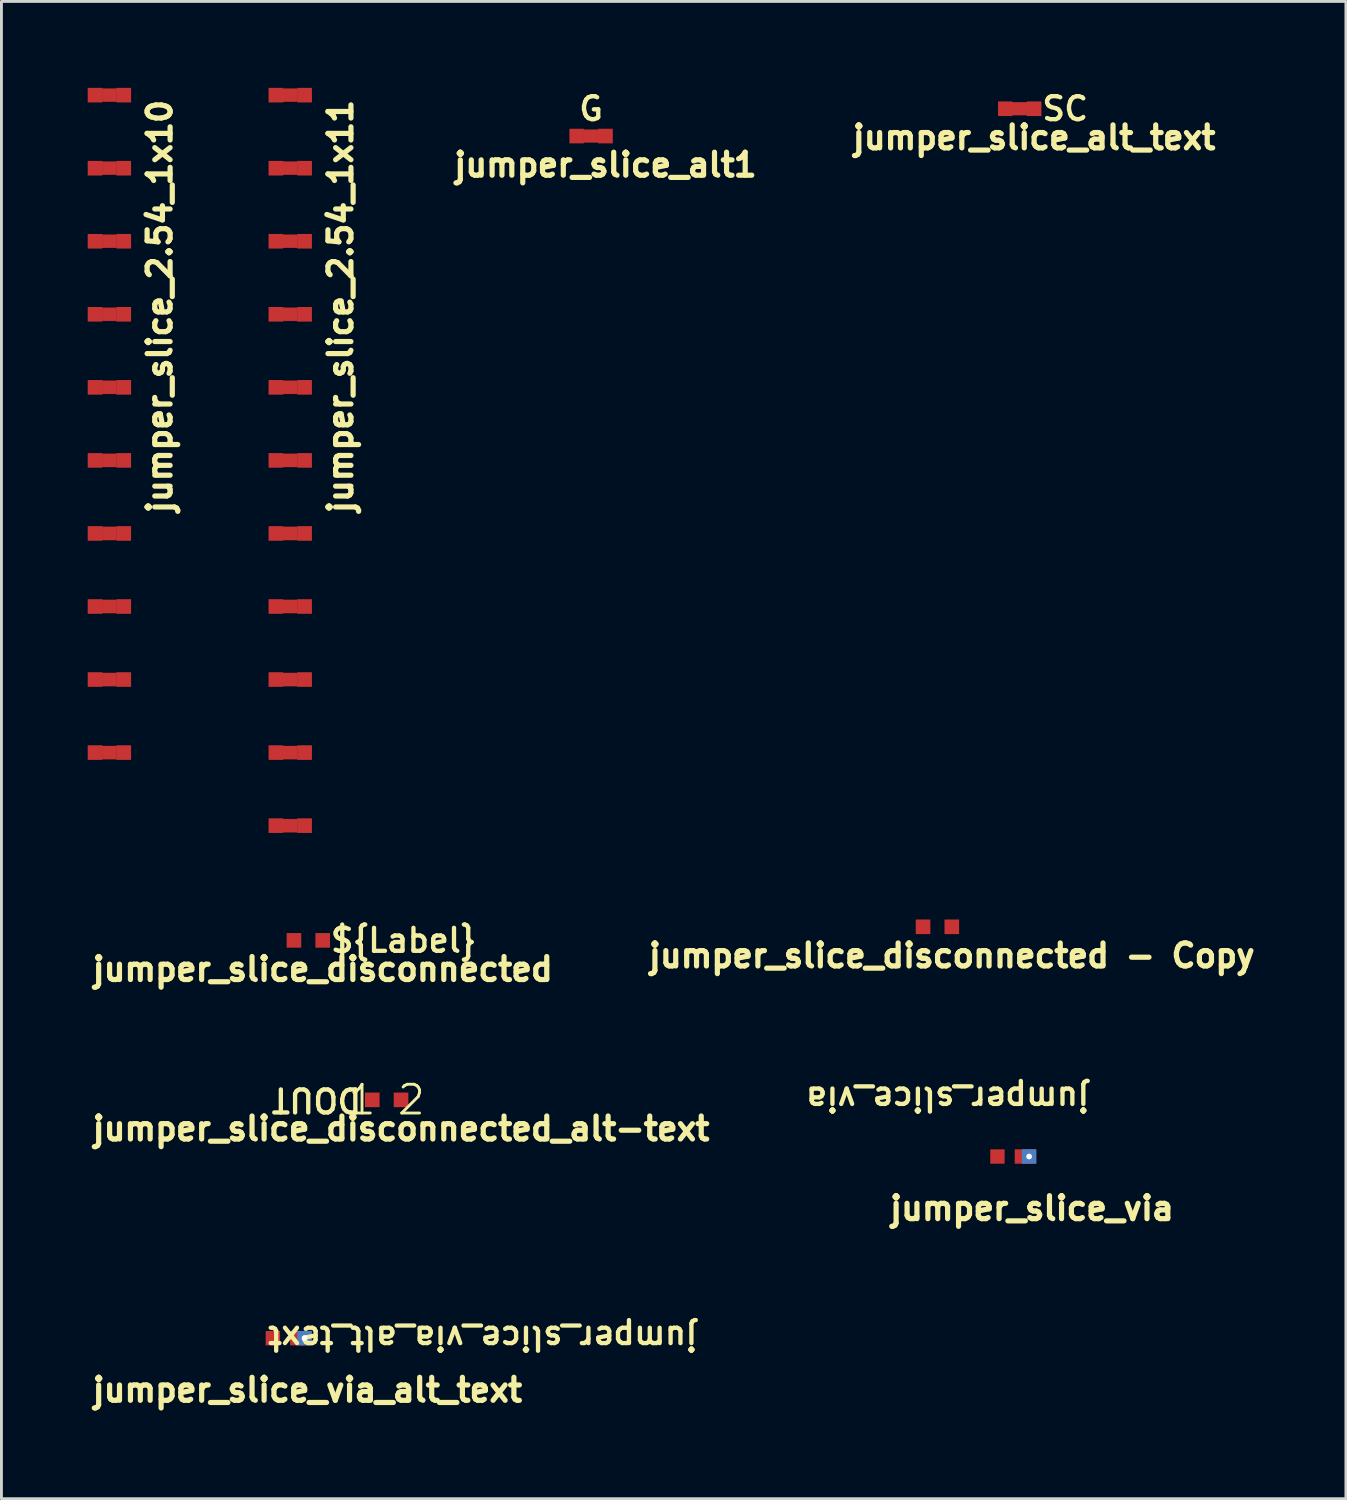
<source format=kicad_pcb>
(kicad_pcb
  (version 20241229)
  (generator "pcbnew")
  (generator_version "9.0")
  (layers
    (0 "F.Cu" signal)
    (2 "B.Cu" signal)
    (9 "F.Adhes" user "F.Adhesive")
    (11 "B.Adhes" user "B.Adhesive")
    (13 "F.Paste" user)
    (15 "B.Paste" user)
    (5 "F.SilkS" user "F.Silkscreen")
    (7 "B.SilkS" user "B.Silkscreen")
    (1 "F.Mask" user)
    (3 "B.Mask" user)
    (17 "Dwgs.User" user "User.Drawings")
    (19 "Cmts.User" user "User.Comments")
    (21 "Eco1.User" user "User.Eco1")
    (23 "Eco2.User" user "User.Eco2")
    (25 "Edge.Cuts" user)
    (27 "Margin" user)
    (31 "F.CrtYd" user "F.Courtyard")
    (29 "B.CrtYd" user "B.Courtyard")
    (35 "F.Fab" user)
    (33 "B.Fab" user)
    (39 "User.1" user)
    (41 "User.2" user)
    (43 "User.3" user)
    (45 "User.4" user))
  (footprint "jumper_slice_disconnected_alt-text"
    (layer "F.Cu")
    (at 10.395 35.194)
    (property "Reference" "jumper_slice_disconnected_alt-text" (at 0.5 1 0) (layer "F.SilkS") (effects (font (size 0.8 0.8) (thickness 0.18))))
    (property "Label" "DOUT" (at 0 0 0) (unlocked yes) (layer "F.Fab") (hide yes) (effects (font (size 1 1) (thickness 0.15))))
    (property "net_tie_pad_groups" "1 2" (at 0 0 0) (layer "F.SilkS") (effects (font (size 1 1) (thickness 0.1))))
    (attr smd exclude_from_bom dnp)
    (fp_poly (pts (xy -0.246 -0.254) (xy 0.246 -0.254) (xy 0.246 0.254) (xy -0.246 0.254)) (stroke (width 0) (type solid)) (fill yes) (layer "F.Mask"))
    (fp_text user "${Label}" (at -0.8 0 180) (unlocked yes) (layer "F.SilkS") (effects (font (size 0.8 0.8) (thickness 0.15) (bold yes)) (justify left)))
    (pad "1" smd rect (at -0.5 0 180) (size 0.508 0.508) (layers "F.Cu" "F.Mask"))
    (pad "2" smd rect (at 0.5 0 180) (size 0.508 0.508) (layers "F.Cu" "F.Mask")))
  (footprint "jumper_slice_2.54_1x10"
    (layer "F.Cu")
    (at 0.754 0.259)
    (property "Reference" "jumper_slice_2.54_1x10" (at 1.75 7.348 90) (layer "F.SilkS") (effects (font (size 0.8 0.8) (thickness 0.18))))
    (attr through_hole exclude_from_bom)
    (fp_poly (pts (xy 0.254 0.229) (xy -0.254 0.229) (xy -0.254 -0.229) (xy 0.254 -0.229)) (stroke (width 0.01) (type solid)) (fill yes) (layer "F.Cu"))
    (fp_poly (pts (xy 0.254 2.769) (xy -0.254 2.769) (xy -0.254 2.311) (xy 0.254 2.311)) (stroke (width 0.01) (type solid)) (fill yes) (layer "F.Cu"))
    (fp_poly (pts (xy 0.254 5.309) (xy -0.254 5.309) (xy -0.254 4.851) (xy 0.254 4.851)) (stroke (width 0.01) (type solid)) (fill yes) (layer "F.Cu"))
    (fp_poly (pts (xy 0.254 7.849) (xy -0.254 7.849) (xy -0.254 7.391) (xy 0.254 7.391)) (stroke (width 0.01) (type solid)) (fill yes) (layer "F.Cu"))
    (fp_poly (pts (xy 0.254 10.389) (xy -0.254 10.389) (xy -0.254 9.931) (xy 0.254 9.931)) (stroke (width 0.01) (type solid)) (fill yes) (layer "F.Cu"))
    (fp_poly (pts (xy 0.254 12.929) (xy -0.254 12.929) (xy -0.254 12.471) (xy 0.254 12.471)) (stroke (width 0.01) (type solid)) (fill yes) (layer "F.Cu"))
    (fp_poly (pts (xy 0.254 15.469) (xy -0.254 15.469) (xy -0.254 15.011) (xy 0.254 15.011)) (stroke (width 0.01) (type solid)) (fill yes) (layer "F.Cu"))
    (fp_poly (pts (xy 0.254 18.009) (xy -0.254 18.009) (xy -0.254 17.551) (xy 0.254 17.551)) (stroke (width 0.01) (type solid)) (fill yes) (layer "F.Cu"))
    (fp_poly (pts (xy 0.254 20.549) (xy -0.254 20.549) (xy -0.254 20.091) (xy 0.254 20.091)) (stroke (width 0.01) (type solid)) (fill yes) (layer "F.Cu"))
    (fp_poly (pts (xy 0.254 23.089) (xy -0.254 23.089) (xy -0.254 22.631) (xy 0.254 22.631)) (stroke (width 0.01) (type solid)) (fill yes) (layer "F.Cu"))
    (fp_poly (pts (xy 0.254 0.254) (xy -0.254 0.254) (xy -0.254 -0.254) (xy 0.254 -0.254)) (stroke (width 0.01) (type solid)) (fill yes) (layer "F.Mask"))
    (fp_poly (pts (xy 0.254 2.794) (xy -0.254 2.794) (xy -0.254 2.286) (xy 0.254 2.286)) (stroke (width 0.01) (type solid)) (fill yes) (layer "F.Mask"))
    (fp_poly (pts (xy 0.254 5.334) (xy -0.254 5.334) (xy -0.254 4.826) (xy 0.254 4.826)) (stroke (width 0.01) (type solid)) (fill yes) (layer "F.Mask"))
    (fp_poly (pts (xy 0.254 7.874) (xy -0.254 7.874) (xy -0.254 7.366) (xy 0.254 7.366)) (stroke (width 0.01) (type solid)) (fill yes) (layer "F.Mask"))
    (fp_poly (pts (xy 0.254 10.414) (xy -0.254 10.414) (xy -0.254 9.906) (xy 0.254 9.906)) (stroke (width 0.01) (type solid)) (fill yes) (layer "F.Mask"))
    (fp_poly (pts (xy 0.254 12.954) (xy -0.254 12.954) (xy -0.254 12.446) (xy 0.254 12.446)) (stroke (width 0.01) (type solid)) (fill yes) (layer "F.Mask"))
    (fp_poly (pts (xy 0.254 15.494) (xy -0.254 15.494) (xy -0.254 14.986) (xy 0.254 14.986)) (stroke (width 0.01) (type solid)) (fill yes) (layer "F.Mask"))
    (fp_poly (pts (xy 0.254 18.034) (xy -0.254 18.034) (xy -0.254 17.526) (xy 0.254 17.526)) (stroke (width 0.01) (type solid)) (fill yes) (layer "F.Mask"))
    (fp_poly (pts (xy 0.254 20.574) (xy -0.254 20.574) (xy -0.254 20.066) (xy 0.254 20.066)) (stroke (width 0.01) (type solid)) (fill yes) (layer "F.Mask"))
    (fp_poly (pts (xy 0.254 23.114) (xy -0.254 23.114) (xy -0.254 22.606) (xy 0.254 22.606)) (stroke (width 0.01) (type solid)) (fill yes) (layer "F.Mask"))
    (pad "1" smd rect (at -0.5 0 180) (size 0.508 0.508) (layers "F.Cu" "F.Mask"))
    (pad "2" smd rect (at 0.5 0 180) (size 0.508 0.508) (layers "F.Cu" "F.Mask"))
    (pad "3" smd rect (at -0.5 2.54 180) (size 0.508 0.508) (layers "F.Cu" "F.Mask"))
    (pad "4" smd rect (at 0.5 2.54 180) (size 0.508 0.508) (layers "F.Cu" "F.Mask"))
    (pad "5" smd rect (at -0.5 5.08 180) (size 0.508 0.508) (layers "F.Cu" "F.Mask"))
    (pad "6" smd rect (at 0.5 5.08 180) (size 0.508 0.508) (layers "F.Cu" "F.Mask"))
    (pad "7" smd rect (at -0.5 7.62 180) (size 0.508 0.508) (layers "F.Cu" "F.Mask"))
    (pad "8" smd rect (at 0.5 7.62 180) (size 0.508 0.508) (layers "F.Cu" "F.Mask"))
    (pad "9" smd rect (at -0.5 10.16 180) (size 0.508 0.508) (layers "F.Cu" "F.Mask"))
    (pad "10" smd rect (at 0.5 10.16 180) (size 0.508 0.508) (layers "F.Cu" "F.Mask"))
    (pad "11" smd rect (at -0.5 12.7 180) (size 0.508 0.508) (layers "F.Cu" "F.Mask"))
    (pad "12" smd rect (at 0.5 12.7 180) (size 0.508 0.508) (layers "F.Cu" "F.Mask"))
    (pad "13" smd rect (at -0.5 15.24 180) (size 0.508 0.508) (layers "F.Cu" "F.Mask"))
    (pad "14" smd rect (at 0.5 15.24 180) (size 0.508 0.508) (layers "F.Cu" "F.Mask"))
    (pad "15" smd rect (at -0.5 17.78 180) (size 0.508 0.508) (layers "F.Cu" "F.Mask"))
    (pad "16" smd rect (at 0.5 17.78 180) (size 0.508 0.508) (layers "F.Cu" "F.Mask"))
    (pad "17" smd rect (at -0.5 20.32 180) (size 0.508 0.508) (layers "F.Cu" "F.Mask"))
    (pad "18" smd rect (at 0.5 20.32 180) (size 0.508 0.508) (layers "F.Cu" "F.Mask"))
    (pad "19" smd rect (at -0.5 22.86 180) (size 0.508 0.508) (layers "F.Cu" "F.Mask"))
    (pad "20" smd rect (at 0.5 22.86 180) (size 0.508 0.508) (layers "F.Cu" "F.Mask")))
  (footprint "jumper_slice_alt_text"
    (layer "F.Cu")
    (at 32.408 0.731)
    (property "Reference" "jumper_slice_alt_text" (at 0.5 1 0) (layer "F.SilkS") (effects (font (size 0.8 0.8) (thickness 0.18))))
    (property "Label" "SC" (at 0 0 0) (unlocked yes) (layer "F.Fab") (hide yes) (effects (font (size 1 1) (thickness 0.15))))
    (attr smd exclude_from_bom dnp allow_soldermask_bridges)
    (fp_rect (start -0.279 -0.229) (end 0.296 0.229) (stroke (width 0) (type solid)) (fill yes) (layer "F.Cu"))
    (fp_rect (start -0.254 -0.254) (end 0.246 0.254) (stroke (width 0) (type solid)) (fill yes) (layer "F.Mask"))
    (fp_text user "${Label}" (at 0.7 0 0) (unlocked yes) (layer "F.SilkS") (effects (font (size 0.8 0.8) (thickness 0.15) (bold yes)) (justify left)))
    (pad "1" smd rect (at -0.504 0 180) (size 0.5 0.508) (layers "F.Cu" "F.Mask"))
    (pad "2" smd rect (at 0.5 0 180) (size 0.508 0.508) (layers "F.Cu" "F.Mask")))
  (footprint "jumper_slice_via_alt_text"
    (layer "F.Cu")
    (at 7.038 43.48)
    (property "Reference" "jumper_slice_via_alt_text" (at 0.6 1.8 0) (layer "F.SilkS") (effects (font (size 0.8 0.8) (thickness 0.18))))
    (attr through_hole exclude_from_bom dnp allow_soldermask_bridges)
    (fp_rect (start -0.35 -0.25) (end 0.525 0.25) (stroke (width 0) (type solid)) (fill yes) (layer "F.Mask"))
    (fp_text user "${Reference}" (at -0.85 0 180) (unlocked yes) (layer "F.SilkS") (effects (font (size 0.8 0.8) (thickness 0.15) (bold yes)) (justify right)))
    (pad "1" smd rect (at -0.6 0) (size 0.5 0.5) (layers "F.Cu" "F.Mask"))
    (pad "2" smd rect (at 0.25 0) (size 0.5 0.5) (layers "F.Cu" "F.Mask"))
    (pad "2" thru_hole rect (at 0.5 0) (size 0.5 0.5) (drill 0.2) (layers "*.Cu")))
  (footprint "jumper_slice_via"
    (layer "F.Cu")
    (at 32.233 37.164)
    (property "Reference" "jumper_slice_via" (at 0.6 1.8 0) (layer "F.SilkS") (effects (font (size 0.8 0.8) (thickness 0.18))))
    (attr through_hole exclude_from_bom dnp allow_soldermask_bridges)
    (fp_rect (start -0.35 -0.25) (end 0.5 0.25) (stroke (width 0) (type solid)) (fill yes) (layer "F.Mask"))
    (fp_text user "${Reference}" (at 2.675 -2 180) (unlocked yes) (layer "F.SilkS") (effects (font (size 0.8 0.8) (thickness 0.15) (bold yes)) (justify left)))
    (pad "1" smd rect (at -0.6 0) (size 0.5 0.5) (layers "F.Cu" "F.Mask"))
    (pad "2" smd rect (at 0.275 0) (size 0.55 0.5) (layers "F.Cu" "F.Mask"))
    (pad "2" thru_hole rect (at 0.5 0) (size 0.5 0.5) (drill 0.2) (layers "*.Cu")))
  (footprint "jumper_slice_disconnected - Copy"
    (layer "F.Cu")
    (at 29.546 29.177)
    (property "Reference" "jumper_slice_disconnected - Copy" (at 0.5 1 0) (layer "F.SilkS") (effects (font (size 0.8 0.8) (thickness 0.18))))
    (attr through_hole)
    (fp_poly (pts (xy 0.254 0.254) (xy -0.254 0.254) (xy -0.254 -0.254) (xy 0.254 -0.254)) (stroke (width 0.01) (type solid)) (fill yes) (layer "F.Mask"))
    (pad "1" smd rect (at -0.5 0 180) (size 0.508 0.508) (layers "F.Cu" "F.Mask"))
    (pad "2" smd rect (at 0.5 0 180) (size 0.508 0.508) (layers "F.Cu" "F.Mask")))
  (footprint "jumper_slice_disconnected"
    (layer "F.Cu")
    (at 7.671 29.649)
    (property "Reference" "jumper_slice_disconnected" (at 0.5 1 0) (layer "F.SilkS") (effects (font (size 0.8 0.8) (thickness 0.18))))
    (attr smd)
    (fp_rect (start -0.246 -0.254) (end 0.246 0.254) (stroke (width 0) (type solid)) (fill yes) (layer "F.Mask"))
    (fp_text user "${Label}" (at 0.7 0 0) (layer "F.SilkS") (effects (font (size 0.8 0.8) (thickness 0.15) (bold yes)) (justify left)))
    (pad "1" smd rect (at -0.5 0 180) (size 0.508 0.508) (layers "F.Cu" "F.Mask"))
    (pad "2" smd rect (at 0.5 0 180) (size 0.508 0.508) (layers "F.Cu" "F.Mask")))
  (footprint "jumper_slice_alt1"
    (layer "F.Cu")
    (at 17.504 1.681)
    (property "Reference" "jumper_slice_alt1" (at 0.5 1 0) (layer "F.SilkS") (effects (font (size 0.8 0.8) (thickness 0.18))))
    (property "Label" "G" (at 0 0 180) (unlocked yes) (layer "F.Fab") (hide yes) (effects (font (size 1 1) (thickness 0.15))))
    (attr smd exclude_from_bom dnp allow_soldermask_bridges)
    (fp_rect (start -0.279 -0.229) (end 0.296 0.229) (stroke (width 0) (type solid)) (fill yes) (layer "F.Cu"))
    (fp_rect (start -0.254 -0.254) (end 0.246 0.254) (stroke (width 0) (type solid)) (fill yes) (layer "F.Mask"))
    (fp_text user "${Label}" (at 0 -0.95 0) (layer "F.SilkS") (effects (font (size 0.8 0.8) (thickness 0.15) (bold yes))))
    (pad "1" smd rect (at -0.504 0) (size 0.5 0.508) (layers "F.Cu" "F.Mask"))
    (pad "2" smd rect (at 0.5 0) (size 0.508 0.508) (layers "F.Cu" "F.Mask")))
  (footprint "jumper_slice_2.54_1x11"
    (layer "F.Cu")
    (at 7.042 0.259)
    (property "Reference" "jumper_slice_2.54_1x11" (at 1.75 7.348 90) (layer "F.SilkS") (effects (font (size 0.8 0.8) (thickness 0.18))))
    (attr through_hole)
    (fp_poly (pts (xy 0.254 0.229) (xy -0.254 0.229) (xy -0.254 -0.229) (xy 0.254 -0.229)) (stroke (width 0.01) (type solid)) (fill yes) (layer "F.Cu"))
    (fp_poly (pts (xy 0.254 2.769) (xy -0.254 2.769) (xy -0.254 2.311) (xy 0.254 2.311)) (stroke (width 0.01) (type solid)) (fill yes) (layer "F.Cu"))
    (fp_poly (pts (xy 0.254 5.309) (xy -0.254 5.309) (xy -0.254 4.851) (xy 0.254 4.851)) (stroke (width 0.01) (type solid)) (fill yes) (layer "F.Cu"))
    (fp_poly (pts (xy 0.254 7.849) (xy -0.254 7.849) (xy -0.254 7.391) (xy 0.254 7.391)) (stroke (width 0.01) (type solid)) (fill yes) (layer "F.Cu"))
    (fp_poly (pts (xy 0.254 10.389) (xy -0.254 10.389) (xy -0.254 9.931) (xy 0.254 9.931)) (stroke (width 0.01) (type solid)) (fill yes) (layer "F.Cu"))
    (fp_poly (pts (xy 0.254 12.929) (xy -0.254 12.929) (xy -0.254 12.471) (xy 0.254 12.471)) (stroke (width 0.01) (type solid)) (fill yes) (layer "F.Cu"))
    (fp_poly (pts (xy 0.254 15.469) (xy -0.254 15.469) (xy -0.254 15.011) (xy 0.254 15.011)) (stroke (width 0.01) (type solid)) (fill yes) (layer "F.Cu"))
    (fp_poly (pts (xy 0.254 18.009) (xy -0.254 18.009) (xy -0.254 17.551) (xy 0.254 17.551)) (stroke (width 0.01) (type solid)) (fill yes) (layer "F.Cu"))
    (fp_poly (pts (xy 0.254 20.549) (xy -0.254 20.549) (xy -0.254 20.091) (xy 0.254 20.091)) (stroke (width 0.01) (type solid)) (fill yes) (layer "F.Cu"))
    (fp_poly (pts (xy 0.254 23.089) (xy -0.254 23.089) (xy -0.254 22.631) (xy 0.254 22.631)) (stroke (width 0.01) (type solid)) (fill yes) (layer "F.Cu"))
    (fp_poly (pts (xy 0.254 25.629) (xy -0.254 25.629) (xy -0.254 25.171) (xy 0.254 25.171)) (stroke (width 0.01) (type solid)) (fill yes) (layer "F.Cu"))
    (fp_poly (pts (xy 0.254 0.254) (xy -0.254 0.254) (xy -0.254 -0.254) (xy 0.254 -0.254)) (stroke (width 0.01) (type solid)) (fill yes) (layer "F.Mask"))
    (fp_poly (pts (xy 0.254 2.794) (xy -0.254 2.794) (xy -0.254 2.286) (xy 0.254 2.286)) (stroke (width 0.01) (type solid)) (fill yes) (layer "F.Mask"))
    (fp_poly (pts (xy 0.254 5.334) (xy -0.254 5.334) (xy -0.254 4.826) (xy 0.254 4.826)) (stroke (width 0.01) (type solid)) (fill yes) (layer "F.Mask"))
    (fp_poly (pts (xy 0.254 7.874) (xy -0.254 7.874) (xy -0.254 7.366) (xy 0.254 7.366)) (stroke (width 0.01) (type solid)) (fill yes) (layer "F.Mask"))
    (fp_poly (pts (xy 0.254 10.414) (xy -0.254 10.414) (xy -0.254 9.906) (xy 0.254 9.906)) (stroke (width 0.01) (type solid)) (fill yes) (layer "F.Mask"))
    (fp_poly (pts (xy 0.254 12.954) (xy -0.254 12.954) (xy -0.254 12.446) (xy 0.254 12.446)) (stroke (width 0.01) (type solid)) (fill yes) (layer "F.Mask"))
    (fp_poly (pts (xy 0.254 15.494) (xy -0.254 15.494) (xy -0.254 14.986) (xy 0.254 14.986)) (stroke (width 0.01) (type solid)) (fill yes) (layer "F.Mask"))
    (fp_poly (pts (xy 0.254 18.034) (xy -0.254 18.034) (xy -0.254 17.526) (xy 0.254 17.526)) (stroke (width 0.01) (type solid)) (fill yes) (layer "F.Mask"))
    (fp_poly (pts (xy 0.254 20.574) (xy -0.254 20.574) (xy -0.254 20.066) (xy 0.254 20.066)) (stroke (width 0.01) (type solid)) (fill yes) (layer "F.Mask"))
    (fp_poly (pts (xy 0.254 23.114) (xy -0.254 23.114) (xy -0.254 22.606) (xy 0.254 22.606)) (stroke (width 0.01) (type solid)) (fill yes) (layer "F.Mask"))
    (fp_poly (pts (xy 0.254 25.654) (xy -0.254 25.654) (xy -0.254 25.146) (xy 0.254 25.146)) (stroke (width 0.01) (type solid)) (fill yes) (layer "F.Mask"))
    (pad "1" smd rect (at -0.5 0) (size 0.508 0.508) (layers "F.Cu" "F.Mask"))
    (pad "2" smd rect (at 0.5 0) (size 0.508 0.508) (layers "F.Cu" "F.Mask"))
    (pad "3" smd rect (at -0.5 2.54) (size 0.508 0.508) (layers "F.Cu" "F.Mask"))
    (pad "4" smd rect (at 0.5 2.54) (size 0.508 0.508) (layers "F.Cu" "F.Mask"))
    (pad "5" smd rect (at -0.5 5.08) (size 0.508 0.508) (layers "F.Cu" "F.Mask"))
    (pad "6" smd rect (at 0.5 5.08) (size 0.508 0.508) (layers "F.Cu" "F.Mask"))
    (pad "7" smd rect (at -0.5 7.62) (size 0.508 0.508) (layers "F.Cu" "F.Mask"))
    (pad "8" smd rect (at 0.5 7.62) (size 0.508 0.508) (layers "F.Cu" "F.Mask"))
    (pad "9" smd rect (at -0.5 10.16) (size 0.508 0.508) (layers "F.Cu" "F.Mask"))
    (pad "10" smd rect (at 0.5 10.16) (size 0.508 0.508) (layers "F.Cu" "F.Mask"))
    (pad "11" smd rect (at -0.5 12.7) (size 0.508 0.508) (layers "F.Cu" "F.Mask"))
    (pad "12" smd rect (at 0.5 12.7) (size 0.508 0.508) (layers "F.Cu" "F.Mask"))
    (pad "13" smd rect (at -0.5 15.24) (size 0.508 0.508) (layers "F.Cu" "F.Mask"))
    (pad "14" smd rect (at 0.5 15.24) (size 0.508 0.508) (layers "F.Cu" "F.Mask"))
    (pad "15" smd rect (at -0.5 17.78) (size 0.508 0.508) (layers "F.Cu" "F.Mask"))
    (pad "16" smd rect (at 0.5 17.78) (size 0.508 0.508) (layers "F.Cu" "F.Mask"))
    (pad "17" smd rect (at -0.5 20.32) (size 0.508 0.508) (layers "F.Cu" "F.Mask"))
    (pad "18" smd rect (at 0.5 20.32) (size 0.508 0.508) (layers "F.Cu" "F.Mask"))
    (pad "19" smd rect (at -0.5 22.86) (size 0.508 0.508) (layers "F.Cu" "F.Mask"))
    (pad "20" smd rect (at 0.5 22.86) (size 0.508 0.508) (layers "F.Cu" "F.Mask"))
    (pad "21" smd rect (at -0.5 25.4) (size 0.508 0.508) (layers "F.Cu" "F.Mask"))
    (pad "22" smd rect (at 0.5 25.4) (size 0.508 0.508) (layers "F.Cu" "F.Mask")))
  (gr_rect
    (start -3 -3)
    (end 43.75 49.063)
    (stroke (width 0.1) (type default))
    (fill no)
    (layer "Edge.Cuts")))
</source>
